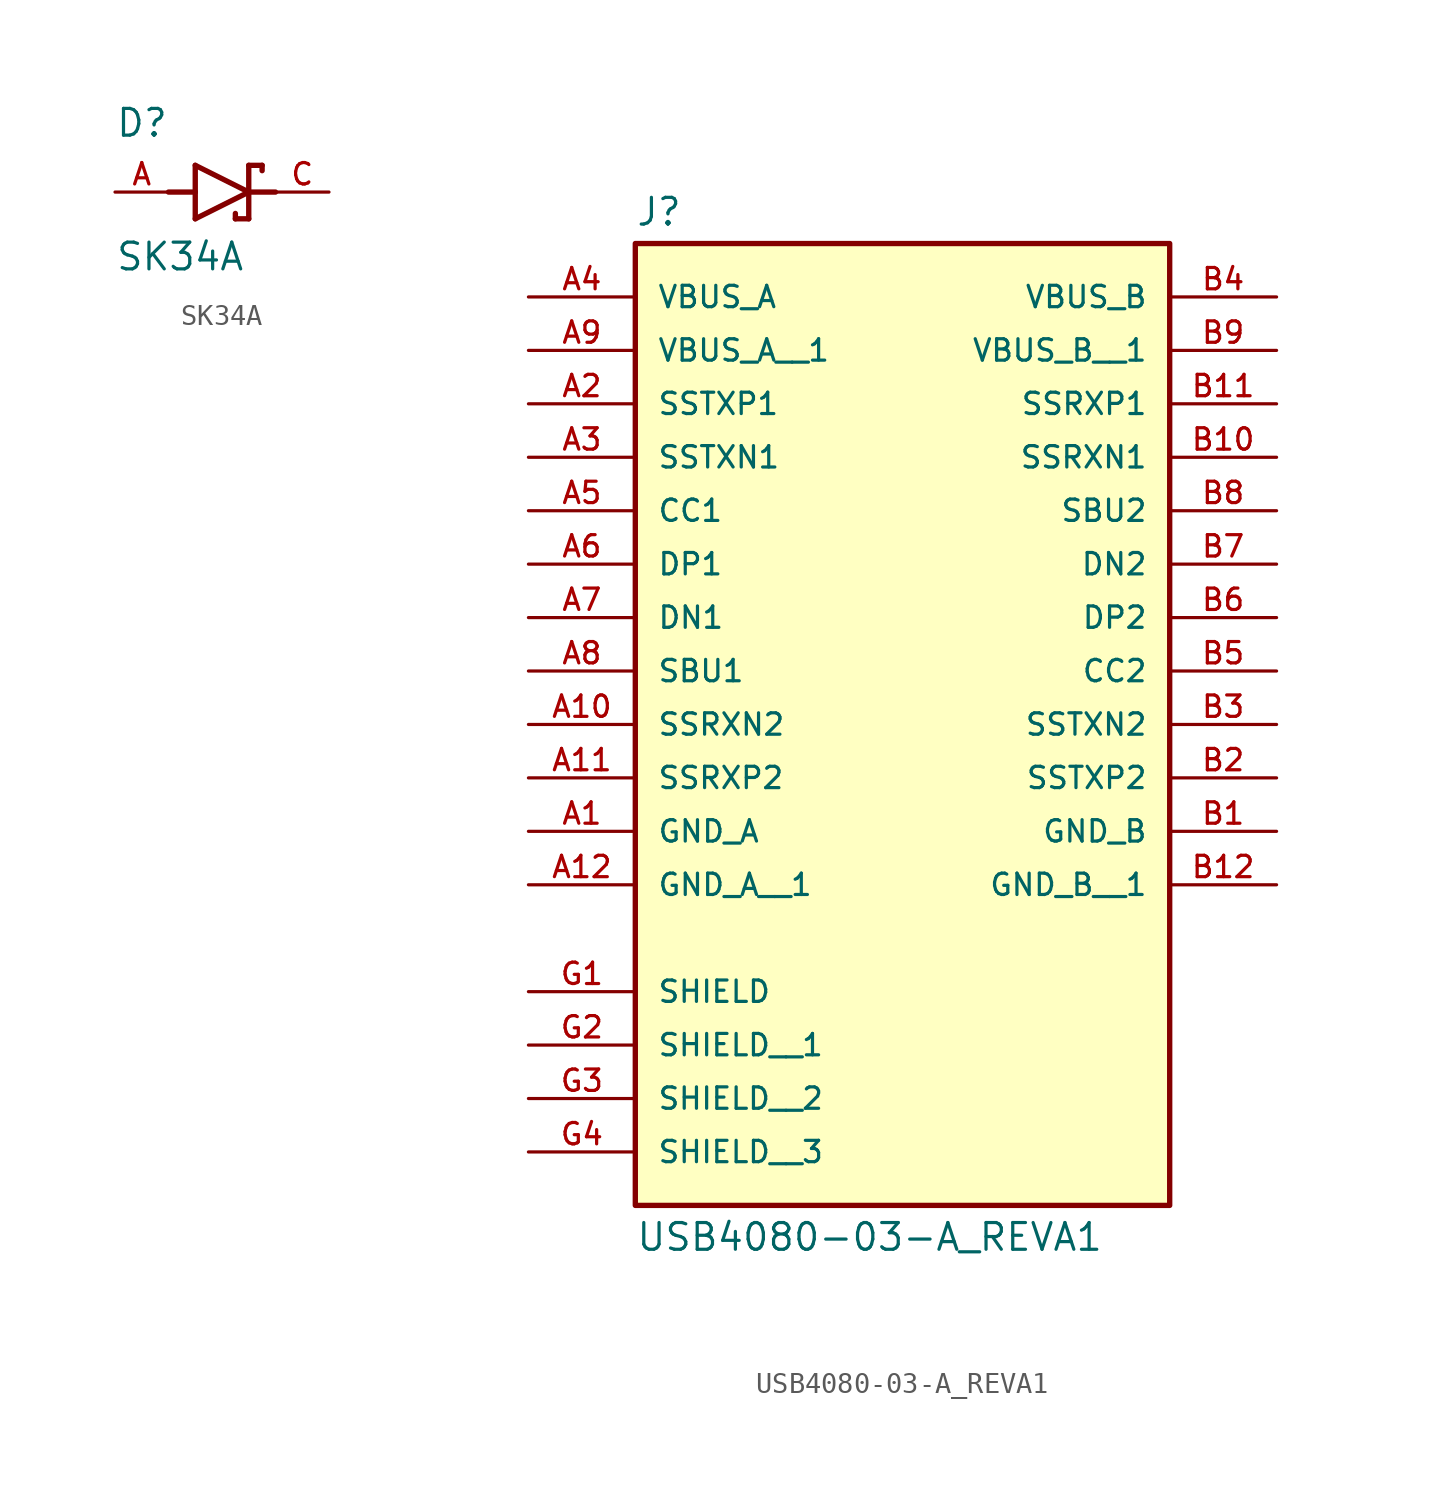
<source format=kicad_sym>
(kicad_symbol_lib
  (version 20220914)
  (generator kicad_symbol_editor)
  (symbol "SK34A"
    (pin_names
      (offset 1.016))
    (property "Reference" "D"
      (at -5.08 2.54 0)
      (effects (font (size 1.27 1.27)) (justify left bottom)))
    (property "Value" "SK34A"
      (at -5.08 -3.81 0)
      (effects (font (size 1.27 1.27)) (justify left bottom)))
    (symbol "SK34A_0_0"
      (polyline (pts (xy -2.54 0) (xy -1.27 0)) (stroke (width 0.254) (type default)) (fill (type none)))
      (polyline (pts (xy -1.27 -1.27) (xy 1.27 0)) (stroke (width 0.254) (type default)) (fill (type none)))
      (polyline (pts (xy -1.27 0) (xy -1.27 -1.27)) (stroke (width 0.254) (type default)) (fill (type none)))
      (polyline (pts (xy -1.27 1.27) (xy -1.27 0)) (stroke (width 0.254) (type default)) (fill (type none)))
      (polyline (pts (xy 0.635 -1.016) (xy 0.635 -1.27)) (stroke (width 0.254) (type default)) (fill (type none)))
      (polyline (pts (xy 1.27 -1.27) (xy 0.635 -1.27)) (stroke (width 0.254) (type default)) (fill (type none)))
      (polyline (pts (xy 1.27 0) (xy -1.27 1.27)) (stroke (width 0.254) (type default)) (fill (type none)))
      (polyline (pts (xy 1.27 0) (xy 1.27 -1.27)) (stroke (width 0.254) (type default)) (fill (type none)))
      (polyline (pts (xy 1.27 1.27) (xy 1.27 0)) (stroke (width 0.254) (type default)) (fill (type none)))
      (polyline (pts (xy 1.905 1.27) (xy 1.27 1.27)) (stroke (width 0.254) (type default)) (fill (type none)))
      (polyline (pts (xy 1.905 1.27) (xy 1.905 1.016)) (stroke (width 0.254) (type default)) (fill (type none)))
      (polyline (pts (xy 2.54 0) (xy 1.27 0)) (stroke (width 0.254) (type default)) (fill (type none)))
      (pin passive line (at -5.08 0 0) (length 2.54) (name "~" (effects (font (size 1.016 1.016)))) (number "A" (effects (font (size 1.016 1.016)))))
      (pin passive line (at 5.08 0 180) (length 2.54) (name "~" (effects (font (size 1.016 1.016)))) (number "C" (effects (font (size 1.016 1.016)))))))
  (symbol "USB4080-03-A_REVA1"
    (pin_names
      (offset 1.016))
    (property "Reference" "J"
      (at -12.7 16.002 0)
      (effects (font (size 1.27 1.27)) (justify left bottom)))
    (property "Value" "USB4080-03-A_REVA1"
      (at -12.7 -31.242 0)
      (effects (font (size 1.27 1.27)) (justify left top)))
    (symbol "USB4080-03-A_REVA1_0_0"
      (rectangle (start -12.7 -30.48) (end 12.7 15.24) (stroke (width 0.254) (type default)) (fill (type background)))
      (pin power_in line (at -17.78 -12.7 0) (length 5.08) (name "GND_A" (effects (font (size 1.016 1.016)))) (number "A1" (effects (font (size 1.016 1.016)))))
      (pin bidirectional line (at -17.78 -7.62 0) (length 5.08) (name "SSRXN2" (effects (font (size 1.016 1.016)))) (number "A10" (effects (font (size 1.016 1.016)))))
      (pin bidirectional line (at -17.78 -10.16 0) (length 5.08) (name "SSRXP2" (effects (font (size 1.016 1.016)))) (number "A11" (effects (font (size 1.016 1.016)))))
      (pin power_in line (at -17.78 -15.24 0) (length 5.08) (name "GND_A__1" (effects (font (size 1.016 1.016)))) (number "A12" (effects (font (size 1.016 1.016)))))
      (pin bidirectional line (at -17.78 7.62 0) (length 5.08) (name "SSTXP1" (effects (font (size 1.016 1.016)))) (number "A2" (effects (font (size 1.016 1.016)))))
      (pin bidirectional line (at -17.78 5.08 0) (length 5.08) (name "SSTXN1" (effects (font (size 1.016 1.016)))) (number "A3" (effects (font (size 1.016 1.016)))))
      (pin power_in line (at -17.78 12.7 0) (length 5.08) (name "VBUS_A" (effects (font (size 1.016 1.016)))) (number "A4" (effects (font (size 1.016 1.016)))))
      (pin bidirectional line (at -17.78 2.54 0) (length 5.08) (name "CC1" (effects (font (size 1.016 1.016)))) (number "A5" (effects (font (size 1.016 1.016)))))
      (pin bidirectional line (at -17.78 0 0) (length 5.08) (name "DP1" (effects (font (size 1.016 1.016)))) (number "A6" (effects (font (size 1.016 1.016)))))
      (pin bidirectional line (at -17.78 -2.54 0) (length 5.08) (name "DN1" (effects (font (size 1.016 1.016)))) (number "A7" (effects (font (size 1.016 1.016)))))
      (pin bidirectional line (at -17.78 -5.08 0) (length 5.08) (name "SBU1" (effects (font (size 1.016 1.016)))) (number "A8" (effects (font (size 1.016 1.016)))))
      (pin power_in line (at -17.78 10.16 0) (length 5.08) (name "VBUS_A__1" (effects (font (size 1.016 1.016)))) (number "A9" (effects (font (size 1.016 1.016)))))
      (pin power_in line (at 17.78 -12.7 180) (length 5.08) (name "GND_B" (effects (font (size 1.016 1.016)))) (number "B1" (effects (font (size 1.016 1.016)))))
      (pin bidirectional line (at 17.78 5.08 180) (length 5.08) (name "SSRXN1" (effects (font (size 1.016 1.016)))) (number "B10" (effects (font (size 1.016 1.016)))))
      (pin bidirectional line (at 17.78 7.62 180) (length 5.08) (name "SSRXP1" (effects (font (size 1.016 1.016)))) (number "B11" (effects (font (size 1.016 1.016)))))
      (pin power_in line (at 17.78 -15.24 180) (length 5.08) (name "GND_B__1" (effects (font (size 1.016 1.016)))) (number "B12" (effects (font (size 1.016 1.016)))))
      (pin bidirectional line (at 17.78 -10.16 180) (length 5.08) (name "SSTXP2" (effects (font (size 1.016 1.016)))) (number "B2" (effects (font (size 1.016 1.016)))))
      (pin bidirectional line (at 17.78 -7.62 180) (length 5.08) (name "SSTXN2" (effects (font (size 1.016 1.016)))) (number "B3" (effects (font (size 1.016 1.016)))))
      (pin power_in line (at 17.78 12.7 180) (length 5.08) (name "VBUS_B" (effects (font (size 1.016 1.016)))) (number "B4" (effects (font (size 1.016 1.016)))))
      (pin bidirectional line (at 17.78 -5.08 180) (length 5.08) (name "CC2" (effects (font (size 1.016 1.016)))) (number "B5" (effects (font (size 1.016 1.016)))))
      (pin bidirectional line (at 17.78 -2.54 180) (length 5.08) (name "DP2" (effects (font (size 1.016 1.016)))) (number "B6" (effects (font (size 1.016 1.016)))))
      (pin bidirectional line (at 17.78 0 180) (length 5.08) (name "DN2" (effects (font (size 1.016 1.016)))) (number "B7" (effects (font (size 1.016 1.016)))))
      (pin bidirectional line (at 17.78 2.54 180) (length 5.08) (name "SBU2" (effects (font (size 1.016 1.016)))) (number "B8" (effects (font (size 1.016 1.016)))))
      (pin power_in line (at 17.78 10.16 180) (length 5.08) (name "VBUS_B__1" (effects (font (size 1.016 1.016)))) (number "B9" (effects (font (size 1.016 1.016)))))
      (pin passive line (at -17.78 -20.32 0) (length 5.08) (name "SHIELD" (effects (font (size 1.016 1.016)))) (number "G1" (effects (font (size 1.016 1.016)))))
      (pin passive line (at -17.78 -22.86 0) (length 5.08) (name "SHIELD__1" (effects (font (size 1.016 1.016)))) (number "G2" (effects (font (size 1.016 1.016)))))
      (pin passive line (at -17.78 -25.4 0) (length 5.08) (name "SHIELD__2" (effects (font (size 1.016 1.016)))) (number "G3" (effects (font (size 1.016 1.016)))))
      (pin passive line (at -17.78 -27.94 0) (length 5.08) (name "SHIELD__3" (effects (font (size 1.016 1.016)))) (number "G4" (effects (font (size 1.016 1.016))))))))
</source>
